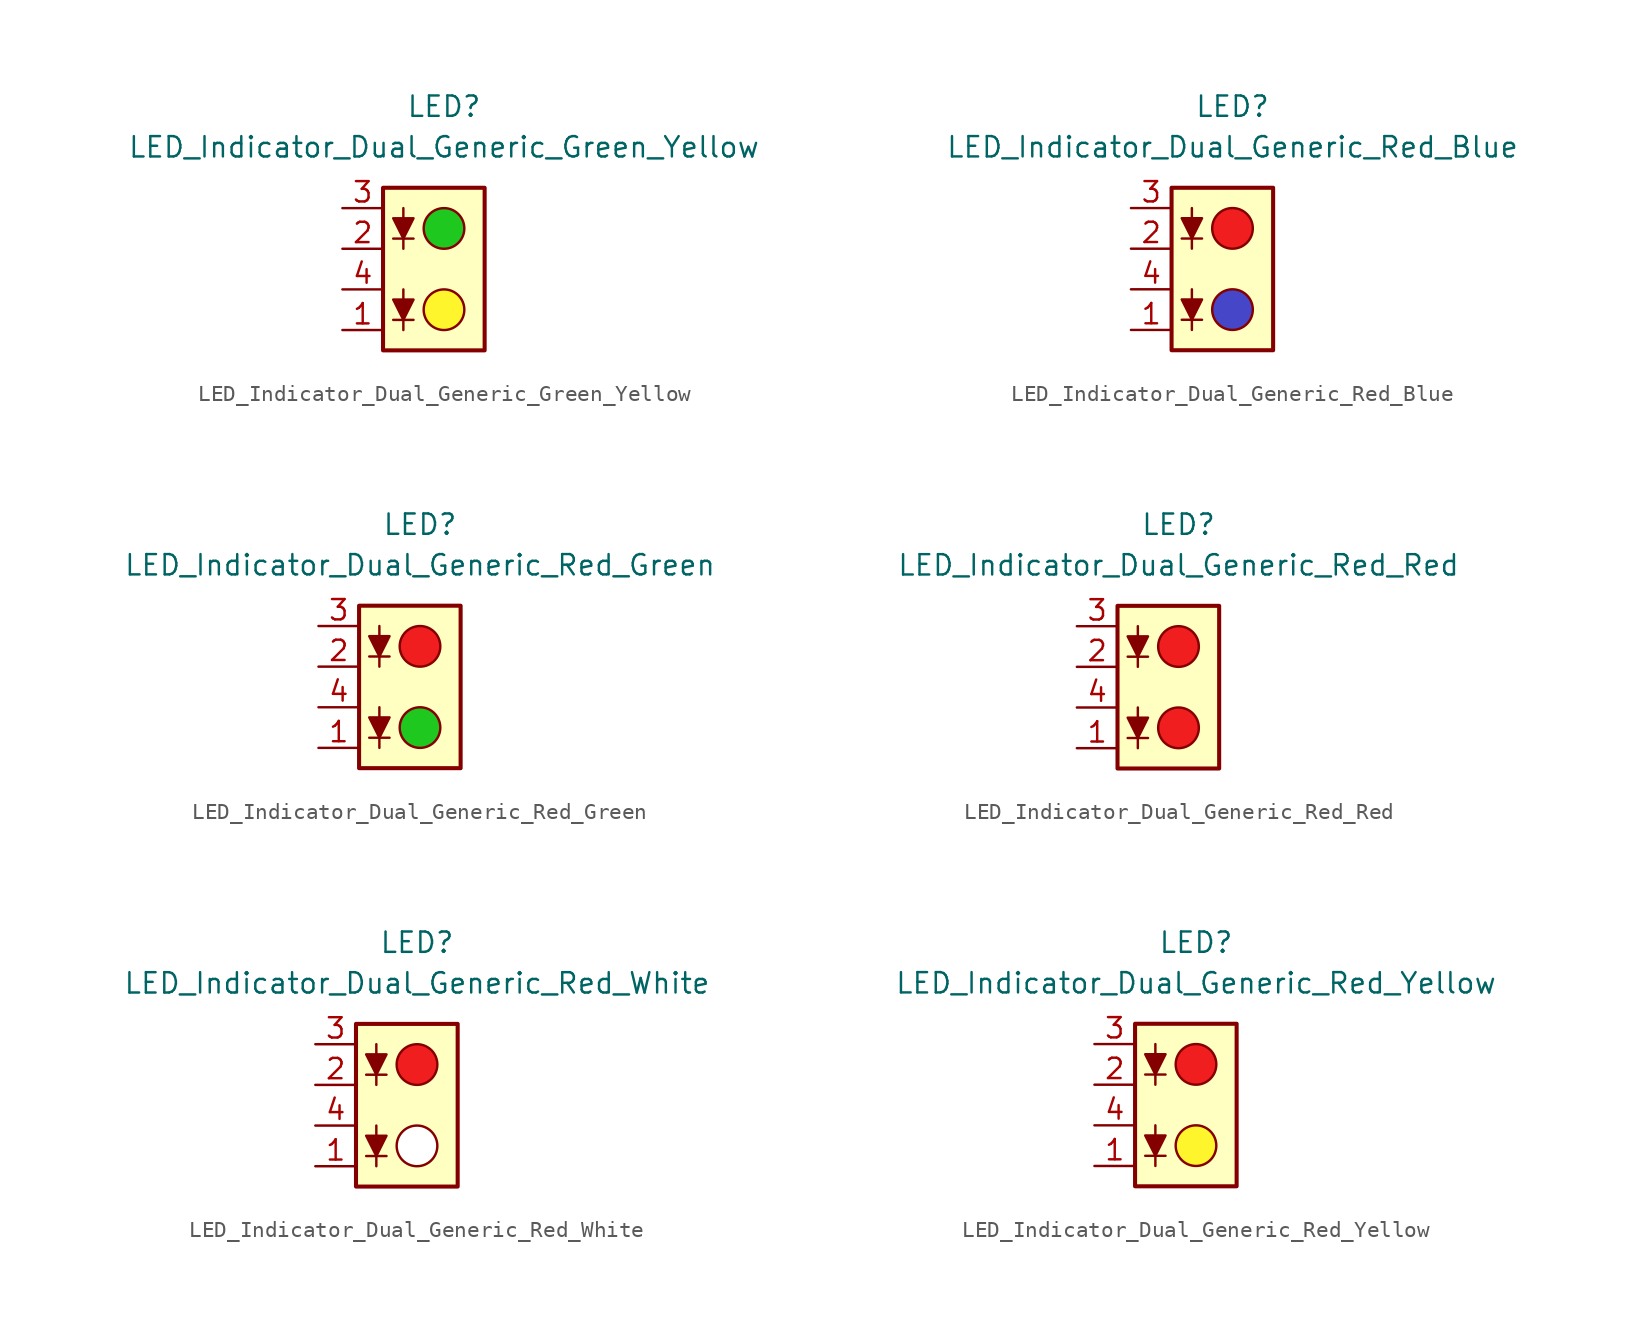
<source format=kicad_sym>
(kicad_symbol_lib
  (version 20231120)
  (generator "kicad_symbol_editor")
  (generator_version "8.0")
  (symbol "LED_Indicator_Dual_Generic_Green_Yellow"
    (pin_names
      (offset 1.016) hide)
    (property "Reference" "LED"
      (at 0 10.16 0)
      (effects (font (size 1.27 1.27))))
    (property "Value" "LED_Indicator_Dual_Generic_Green_Yellow"
      (at 0 7.62 0)
      (effects (font (size 1.27 1.27))))
    (symbol "LED_Indicator_Dual_Generic_Green_Yellow_0_1"
      (rectangle (start -3.81 5.08) (end 2.54 -5.08) (stroke (width 0.254) (type default)) (fill (type background)))
      (circle (center 0 -2.54) (radius 1.27) (stroke (width 0) (type default)) (fill (type color) (color 255 245 45 1)))
      (polyline (pts (xy -3.175 -3.175) (xy -1.905 -3.175)) (stroke (width 0) (type default)) (fill (type none)))
      (polyline (pts (xy -3.175 1.905) (xy -1.905 1.905)) (stroke (width 0) (type default)) (fill (type none)))
      (polyline (pts (xy -2.54 -1.27) (xy -2.54 -3.81)) (stroke (width 0) (type default)) (fill (type none)))
      (polyline (pts (xy -2.54 3.81) (xy -2.54 1.27)) (stroke (width 0) (type default)) (fill (type none)))
      (polyline (pts (xy -2.54 -3.175) (xy -3.175 -1.905) (xy -1.905 -1.905) (xy -2.54 -3.175)) (stroke (width 0) (type default)) (fill (type outline)))
      (polyline (pts (xy -2.54 1.905) (xy -3.175 3.175) (xy -1.905 3.175) (xy -2.54 1.905)) (stroke (width 0) (type default)) (fill (type outline)))
      (circle (center 0 2.54) (radius 1.27) (stroke (width 0) (type default)) (fill (type color) (color 30 200 30 1))))
    (symbol "LED_Indicator_Dual_Generic_Green_Yellow_1_1"
      (pin passive line (at -6.35 -3.81 0) (length 2.54) (name "K1" (effects (font (size 1.27 1.27)))) (number "1" (effects (font (size 1.27 1.27)))))
      (pin passive line (at -6.35 1.27 0) (length 2.54) (name "K2" (effects (font (size 1.27 1.27)))) (number "2" (effects (font (size 1.27 1.27)))))
      (pin passive line (at -6.35 3.81 0) (length 2.54) (name "A2" (effects (font (size 1.27 1.27)))) (number "3" (effects (font (size 1.27 1.27)))))
      (pin passive line (at -6.35 -1.27 0) (length 2.54) (name "A1" (effects (font (size 1.27 1.27)))) (number "4" (effects (font (size 1.27 1.27)))))))
  (symbol "LED_Indicator_Dual_Generic_Red_Blue"
    (pin_names
      (offset 1.016) hide)
    (property "Reference" "LED"
      (at 0 10.16 0)
      (effects (font (size 1.27 1.27))))
    (property "Value" "LED_Indicator_Dual_Generic_Red_Blue"
      (at 0 7.62 0)
      (effects (font (size 1.27 1.27))))
    (symbol "LED_Indicator_Dual_Generic_Red_Blue_0_1"
      (rectangle (start -3.81 5.08) (end 2.54 -5.08) (stroke (width 0.254) (type default)) (fill (type background)))
      (circle (center 0 -2.54) (radius 1.27) (stroke (width 0) (type default)) (fill (type color) (color 70 70 200 1)))
      (polyline (pts (xy -3.175 -3.175) (xy -1.905 -3.175)) (stroke (width 0) (type default)) (fill (type none)))
      (polyline (pts (xy -3.175 1.905) (xy -1.905 1.905)) (stroke (width 0) (type default)) (fill (type none)))
      (polyline (pts (xy -2.54 -1.27) (xy -2.54 -3.81)) (stroke (width 0) (type default)) (fill (type none)))
      (polyline (pts (xy -2.54 3.81) (xy -2.54 1.27)) (stroke (width 0) (type default)) (fill (type none)))
      (polyline (pts (xy -2.54 -3.175) (xy -3.175 -1.905) (xy -1.905 -1.905) (xy -2.54 -3.175)) (stroke (width 0) (type default)) (fill (type outline)))
      (polyline (pts (xy -2.54 1.905) (xy -3.175 3.175) (xy -1.905 3.175) (xy -2.54 1.905)) (stroke (width 0) (type default)) (fill (type outline)))
      (circle (center 0 2.54) (radius 1.27) (stroke (width 0) (type default)) (fill (type color) (color 240 30 30 1))))
    (symbol "LED_Indicator_Dual_Generic_Red_Blue_1_1"
      (pin passive line (at -6.35 -3.81 0) (length 2.54) (name "K1" (effects (font (size 1.27 1.27)))) (number "1" (effects (font (size 1.27 1.27)))))
      (pin passive line (at -6.35 1.27 0) (length 2.54) (name "K2" (effects (font (size 1.27 1.27)))) (number "2" (effects (font (size 1.27 1.27)))))
      (pin passive line (at -6.35 3.81 0) (length 2.54) (name "A2" (effects (font (size 1.27 1.27)))) (number "3" (effects (font (size 1.27 1.27)))))
      (pin passive line (at -6.35 -1.27 0) (length 2.54) (name "A1" (effects (font (size 1.27 1.27)))) (number "4" (effects (font (size 1.27 1.27)))))))
  (symbol "LED_Indicator_Dual_Generic_Red_Green"
    (pin_names
      (offset 1.016) hide)
    (property "Reference" "LED"
      (at 0 10.16 0)
      (effects (font (size 1.27 1.27))))
    (property "Value" "LED_Indicator_Dual_Generic_Red_Green"
      (at 0 7.62 0)
      (effects (font (size 1.27 1.27))))
    (symbol "LED_Indicator_Dual_Generic_Red_Green_0_1"
      (rectangle (start -3.81 5.08) (end 2.54 -5.08) (stroke (width 0.254) (type default)) (fill (type background)))
      (circle (center 0 -2.54) (radius 1.27) (stroke (width 0) (type default)) (fill (type color) (color 30 200 30 1)))
      (polyline (pts (xy -3.175 -3.175) (xy -1.905 -3.175)) (stroke (width 0) (type default)) (fill (type none)))
      (polyline (pts (xy -3.175 1.905) (xy -1.905 1.905)) (stroke (width 0) (type default)) (fill (type none)))
      (polyline (pts (xy -2.54 -1.27) (xy -2.54 -3.81)) (stroke (width 0) (type default)) (fill (type none)))
      (polyline (pts (xy -2.54 3.81) (xy -2.54 1.27)) (stroke (width 0) (type default)) (fill (type none)))
      (polyline (pts (xy -2.54 -3.175) (xy -3.175 -1.905) (xy -1.905 -1.905) (xy -2.54 -3.175)) (stroke (width 0) (type default)) (fill (type outline)))
      (polyline (pts (xy -2.54 1.905) (xy -3.175 3.175) (xy -1.905 3.175) (xy -2.54 1.905)) (stroke (width 0) (type default)) (fill (type outline)))
      (circle (center 0 2.54) (radius 1.27) (stroke (width 0) (type default)) (fill (type color) (color 240 30 30 1))))
    (symbol "LED_Indicator_Dual_Generic_Red_Green_1_1"
      (pin passive line (at -6.35 -3.81 0) (length 2.54) (name "K1" (effects (font (size 1.27 1.27)))) (number "1" (effects (font (size 1.27 1.27)))))
      (pin passive line (at -6.35 1.27 0) (length 2.54) (name "K2" (effects (font (size 1.27 1.27)))) (number "2" (effects (font (size 1.27 1.27)))))
      (pin passive line (at -6.35 3.81 0) (length 2.54) (name "A2" (effects (font (size 1.27 1.27)))) (number "3" (effects (font (size 1.27 1.27)))))
      (pin passive line (at -6.35 -1.27 0) (length 2.54) (name "A1" (effects (font (size 1.27 1.27)))) (number "4" (effects (font (size 1.27 1.27)))))))
  (symbol "LED_Indicator_Dual_Generic_Red_Red"
    (pin_names
      (offset 1.016) hide)
    (property "Reference" "LED"
      (at 0 10.16 0)
      (effects (font (size 1.27 1.27))))
    (property "Value" "LED_Indicator_Dual_Generic_Red_Red"
      (at 0 7.62 0)
      (effects (font (size 1.27 1.27))))
    (symbol "LED_Indicator_Dual_Generic_Red_Red_0_1"
      (rectangle (start -3.81 5.08) (end 2.54 -5.08) (stroke (width 0.254) (type default)) (fill (type background)))
      (circle (center 0 -2.54) (radius 1.27) (stroke (width 0) (type default)) (fill (type color) (color 240 30 30 1)))
      (polyline (pts (xy -3.175 -3.175) (xy -1.905 -3.175)) (stroke (width 0) (type default)) (fill (type none)))
      (polyline (pts (xy -3.175 1.905) (xy -1.905 1.905)) (stroke (width 0) (type default)) (fill (type none)))
      (polyline (pts (xy -2.54 -1.27) (xy -2.54 -3.81)) (stroke (width 0) (type default)) (fill (type none)))
      (polyline (pts (xy -2.54 3.81) (xy -2.54 1.27)) (stroke (width 0) (type default)) (fill (type none)))
      (polyline (pts (xy -2.54 -3.175) (xy -3.175 -1.905) (xy -1.905 -1.905) (xy -2.54 -3.175)) (stroke (width 0) (type default)) (fill (type outline)))
      (polyline (pts (xy -2.54 1.905) (xy -3.175 3.175) (xy -1.905 3.175) (xy -2.54 1.905)) (stroke (width 0) (type default)) (fill (type outline)))
      (circle (center 0 2.54) (radius 1.27) (stroke (width 0) (type default)) (fill (type color) (color 240 30 30 1))))
    (symbol "LED_Indicator_Dual_Generic_Red_Red_1_1"
      (pin passive line (at -6.35 -3.81 0) (length 2.54) (name "K1" (effects (font (size 1.27 1.27)))) (number "1" (effects (font (size 1.27 1.27)))))
      (pin passive line (at -6.35 1.27 0) (length 2.54) (name "K2" (effects (font (size 1.27 1.27)))) (number "2" (effects (font (size 1.27 1.27)))))
      (pin passive line (at -6.35 3.81 0) (length 2.54) (name "A2" (effects (font (size 1.27 1.27)))) (number "3" (effects (font (size 1.27 1.27)))))
      (pin passive line (at -6.35 -1.27 0) (length 2.54) (name "A1" (effects (font (size 1.27 1.27)))) (number "4" (effects (font (size 1.27 1.27)))))))
  (symbol "LED_Indicator_Dual_Generic_Red_White"
    (pin_names
      (offset 1.016) hide)
    (property "Reference" "LED"
      (at 0 10.16 0)
      (effects (font (size 1.27 1.27))))
    (property "Value" "LED_Indicator_Dual_Generic_Red_White"
      (at 0 7.62 0)
      (effects (font (size 1.27 1.27))))
    (symbol "LED_Indicator_Dual_Generic_Red_White_0_1"
      (rectangle (start -3.81 5.08) (end 2.54 -5.08) (stroke (width 0.254) (type default)) (fill (type background)))
      (circle (center 0 -2.54) (radius 1.27) (stroke (width 0) (type default)) (fill (type color) (color 255 255 255 1)))
      (polyline (pts (xy -3.175 -3.175) (xy -1.905 -3.175)) (stroke (width 0) (type default)) (fill (type none)))
      (polyline (pts (xy -3.175 1.905) (xy -1.905 1.905)) (stroke (width 0) (type default)) (fill (type none)))
      (polyline (pts (xy -2.54 -1.27) (xy -2.54 -3.81)) (stroke (width 0) (type default)) (fill (type none)))
      (polyline (pts (xy -2.54 3.81) (xy -2.54 1.27)) (stroke (width 0) (type default)) (fill (type none)))
      (polyline (pts (xy -2.54 -3.175) (xy -3.175 -1.905) (xy -1.905 -1.905) (xy -2.54 -3.175)) (stroke (width 0) (type default)) (fill (type outline)))
      (polyline (pts (xy -2.54 1.905) (xy -3.175 3.175) (xy -1.905 3.175) (xy -2.54 1.905)) (stroke (width 0) (type default)) (fill (type outline)))
      (circle (center 0 2.54) (radius 1.27) (stroke (width 0) (type default)) (fill (type color) (color 240 30 30 1))))
    (symbol "LED_Indicator_Dual_Generic_Red_White_1_1"
      (pin passive line (at -6.35 -3.81 0) (length 2.54) (name "K1" (effects (font (size 1.27 1.27)))) (number "1" (effects (font (size 1.27 1.27)))))
      (pin passive line (at -6.35 1.27 0) (length 2.54) (name "K2" (effects (font (size 1.27 1.27)))) (number "2" (effects (font (size 1.27 1.27)))))
      (pin passive line (at -6.35 3.81 0) (length 2.54) (name "A2" (effects (font (size 1.27 1.27)))) (number "3" (effects (font (size 1.27 1.27)))))
      (pin passive line (at -6.35 -1.27 0) (length 2.54) (name "A1" (effects (font (size 1.27 1.27)))) (number "4" (effects (font (size 1.27 1.27)))))))
  (symbol "LED_Indicator_Dual_Generic_Red_Yellow"
    (pin_names
      (offset 1.016) hide)
    (property "Reference" "LED"
      (at 0 10.16 0)
      (effects (font (size 1.27 1.27))))
    (property "Value" "LED_Indicator_Dual_Generic_Red_Yellow"
      (at 0 7.62 0)
      (effects (font (size 1.27 1.27))))
    (symbol "LED_Indicator_Dual_Generic_Red_Yellow_0_1"
      (rectangle (start -3.81 5.08) (end 2.54 -5.08) (stroke (width 0.254) (type default)) (fill (type background)))
      (circle (center 0 -2.54) (radius 1.27) (stroke (width 0) (type default)) (fill (type color) (color 255 245 45 1)))
      (polyline (pts (xy -3.175 -3.175) (xy -1.905 -3.175)) (stroke (width 0) (type default)) (fill (type none)))
      (polyline (pts (xy -3.175 1.905) (xy -1.905 1.905)) (stroke (width 0) (type default)) (fill (type none)))
      (polyline (pts (xy -2.54 -1.27) (xy -2.54 -3.81)) (stroke (width 0) (type default)) (fill (type none)))
      (polyline (pts (xy -2.54 3.81) (xy -2.54 1.27)) (stroke (width 0) (type default)) (fill (type none)))
      (polyline (pts (xy -2.54 -3.175) (xy -3.175 -1.905) (xy -1.905 -1.905) (xy -2.54 -3.175)) (stroke (width 0) (type default)) (fill (type outline)))
      (polyline (pts (xy -2.54 1.905) (xy -3.175 3.175) (xy -1.905 3.175) (xy -2.54 1.905)) (stroke (width 0) (type default)) (fill (type outline)))
      (circle (center 0 2.54) (radius 1.27) (stroke (width 0) (type default)) (fill (type color) (color 240 30 30 1))))
    (symbol "LED_Indicator_Dual_Generic_Red_Yellow_1_1"
      (pin passive line (at -6.35 -3.81 0) (length 2.54) (name "K1" (effects (font (size 1.27 1.27)))) (number "1" (effects (font (size 1.27 1.27)))))
      (pin passive line (at -6.35 1.27 0) (length 2.54) (name "K2" (effects (font (size 1.27 1.27)))) (number "2" (effects (font (size 1.27 1.27)))))
      (pin passive line (at -6.35 3.81 0) (length 2.54) (name "A2" (effects (font (size 1.27 1.27)))) (number "3" (effects (font (size 1.27 1.27)))))
      (pin passive line (at -6.35 -1.27 0) (length 2.54) (name "A1" (effects (font (size 1.27 1.27)))) (number "4" (effects (font (size 1.27 1.27))))))))
</source>
